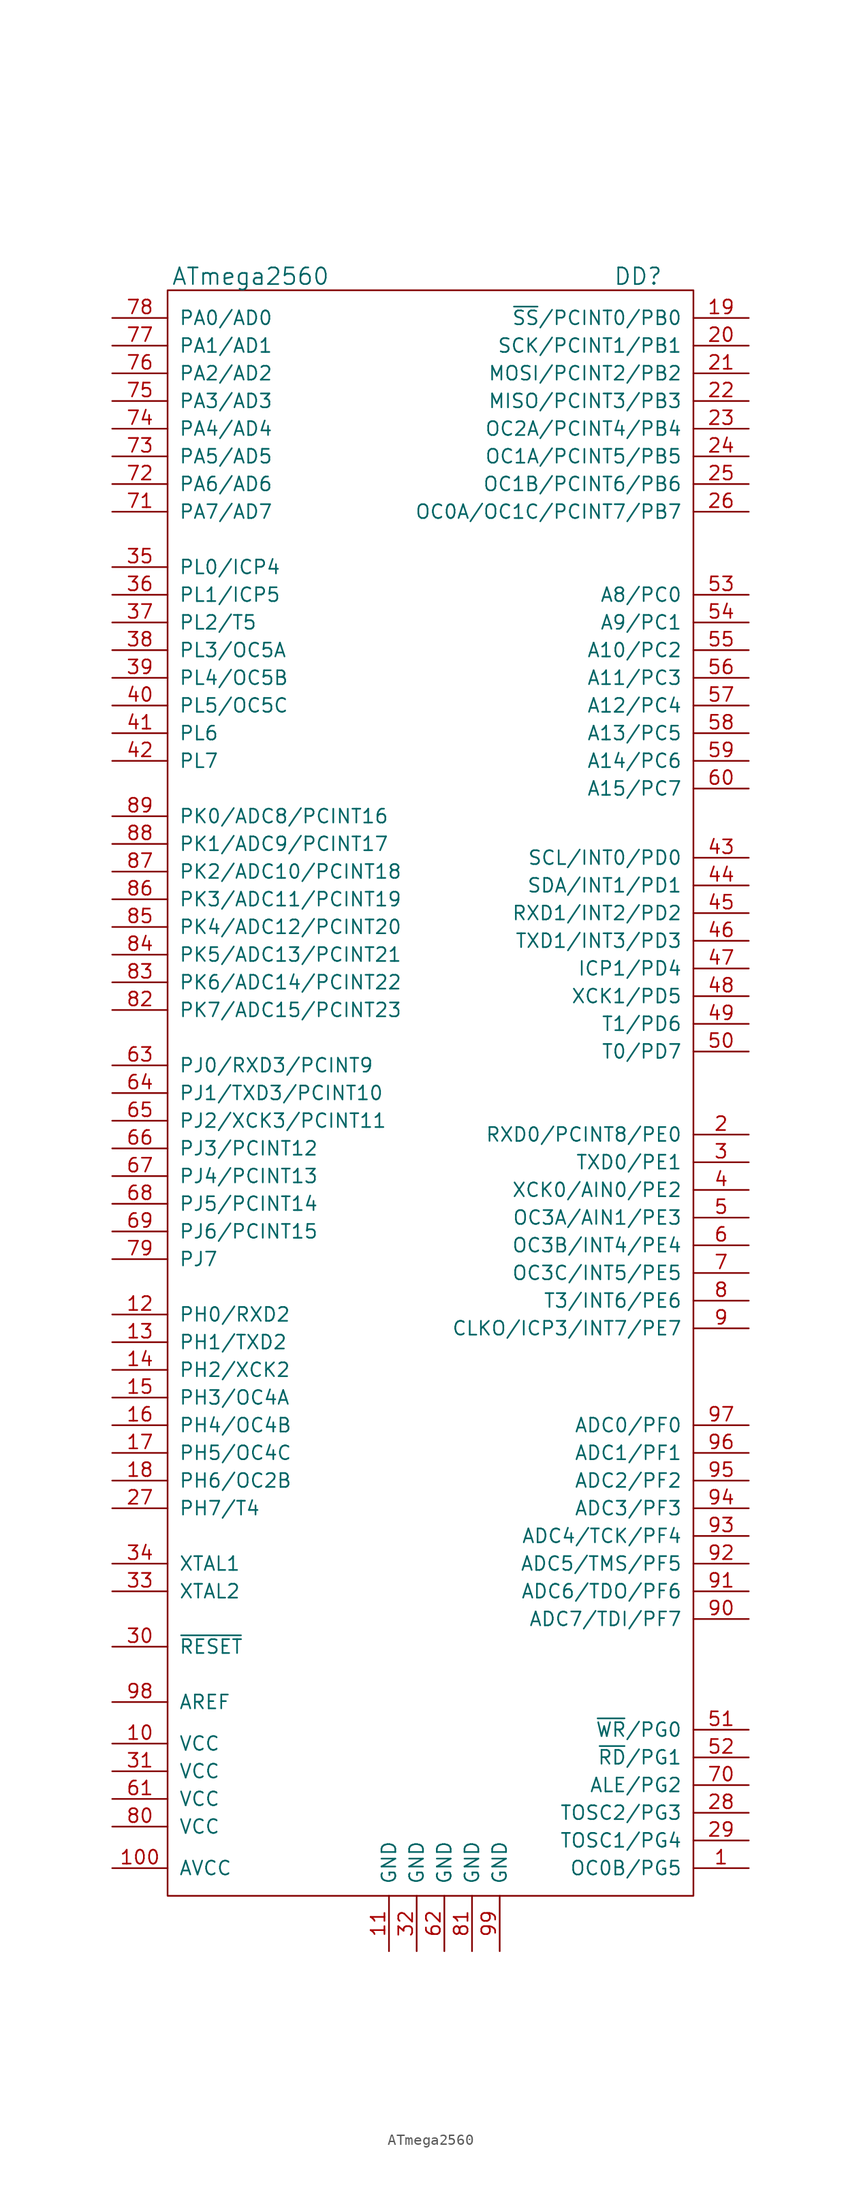
<source format=kicad_sym>
(kicad_symbol_lib
  (version 20200908)
  (generator kicad_symbol_editor)
  (symbol "Atmel_kl:ATmega2560"
    (pin_names
      (offset 1.016))
    (property "Reference" "DD"
      (at 17.78 72.39 0)
      (effects (font (size 1.524 1.524))))
    (property "Value" "ATmega2560"
      (at -17.78 72.39 0)
      (effects (font (size 1.524 1.524))))
    (property "Datasheet" ""
      (at -3.81 77.47 0)
      (effects (font (size 1.524 1.524))))
    (symbol "ATmega2560_0_1"
      (rectangle (start -25.4 71.12) (end 22.86 -76.2) (stroke (width 0)) (fill (type none))))
    (symbol "ATmega2560_1_1"
      (pin passive line (at 27.94 -73.66 180) (length 5.08) (name "OC0B/PG5" (effects (font (size 1.27 1.27)))) (number "1" (effects (font (size 1.27 1.27)))))
      (pin passive line (at 27.94 -6.35 180) (length 5.08) (name "RXD0/PCINT8/PE0" (effects (font (size 1.27 1.27)))) (number "2" (effects (font (size 1.27 1.27)))))
      (pin passive line (at 27.94 -8.89 180) (length 5.08) (name "TXD0/PE1" (effects (font (size 1.27 1.27)))) (number "3" (effects (font (size 1.27 1.27)))))
      (pin passive line (at 27.94 -11.43 180) (length 5.08) (name "XCK0/AIN0/PE2" (effects (font (size 1.27 1.27)))) (number "4" (effects (font (size 1.27 1.27)))))
      (pin passive line (at 27.94 -13.97 180) (length 5.08) (name "OC3A/AIN1/PE3" (effects (font (size 1.27 1.27)))) (number "5" (effects (font (size 1.27 1.27)))))
      (pin passive line (at 27.94 -16.51 180) (length 5.08) (name "OC3B/INT4/PE4" (effects (font (size 1.27 1.27)))) (number "6" (effects (font (size 1.27 1.27)))))
      (pin passive line (at 27.94 -19.05 180) (length 5.08) (name "OC3C/INT5/PE5" (effects (font (size 1.27 1.27)))) (number "7" (effects (font (size 1.27 1.27)))))
      (pin passive line (at 27.94 -21.59 180) (length 5.08) (name "T3/INT6/PE6" (effects (font (size 1.27 1.27)))) (number "8" (effects (font (size 1.27 1.27)))))
      (pin passive line (at 27.94 -24.13 180) (length 5.08) (name "CLKO/ICP3/INT7/PE7" (effects (font (size 1.27 1.27)))) (number "9" (effects (font (size 1.27 1.27)))))
      (pin power_in line (at -30.48 -62.23 0) (length 5.08) (name "VCC" (effects (font (size 1.27 1.27)))) (number "10" (effects (font (size 1.27 1.27)))))
      (pin passive line (at 27.94 66.04 180) (length 5.08) (name "SCK/PCINT1/PB1" (effects (font (size 1.27 1.27)))) (number "20" (effects (font (size 1.27 1.27)))))
      (pin passive line (at -30.48 -53.34 0) (length 5.08) (name "~RESET" (effects (font (size 1.27 1.27)))) (number "30" (effects (font (size 1.27 1.27)))))
      (pin passive line (at -30.48 33.02 0) (length 5.08) (name "PL5/OC5C" (effects (font (size 1.27 1.27)))) (number "40" (effects (font (size 1.27 1.27)))))
      (pin passive line (at 27.94 1.27 180) (length 5.08) (name "T0/PD7" (effects (font (size 1.27 1.27)))) (number "50" (effects (font (size 1.27 1.27)))))
      (pin passive line (at 27.94 25.4 180) (length 5.08) (name "A15/PC7" (effects (font (size 1.27 1.27)))) (number "60" (effects (font (size 1.27 1.27)))))
      (pin passive line (at 27.94 -66.04 180) (length 5.08) (name "ALE/PG2" (effects (font (size 1.27 1.27)))) (number "70" (effects (font (size 1.27 1.27)))))
      (pin power_in line (at -30.48 -69.85 0) (length 5.08) (name "VCC" (effects (font (size 1.27 1.27)))) (number "80" (effects (font (size 1.27 1.27)))))
      (pin passive line (at 27.94 -50.8 180) (length 5.08) (name "ADC7/TDI/PF7" (effects (font (size 1.27 1.27)))) (number "90" (effects (font (size 1.27 1.27)))))
      (pin power_in line (at -5.08 -81.28 90) (length 5.08) (name "GND" (effects (font (size 1.27 1.27)))) (number "11" (effects (font (size 1.27 1.27)))))
      (pin passive line (at 27.94 63.5 180) (length 5.08) (name "MOSI/PCINT2/PB2" (effects (font (size 1.27 1.27)))) (number "21" (effects (font (size 1.27 1.27)))))
      (pin power_in line (at -30.48 -64.77 0) (length 5.08) (name "VCC" (effects (font (size 1.27 1.27)))) (number "31" (effects (font (size 1.27 1.27)))))
      (pin passive line (at -30.48 30.48 0) (length 5.08) (name "PL6" (effects (font (size 1.27 1.27)))) (number "41" (effects (font (size 1.27 1.27)))))
      (pin passive line (at 27.94 -60.96 180) (length 5.08) (name "~WR~/PG0" (effects (font (size 1.27 1.27)))) (number "51" (effects (font (size 1.27 1.27)))))
      (pin power_in line (at -30.48 -67.31 0) (length 5.08) (name "VCC" (effects (font (size 1.27 1.27)))) (number "61" (effects (font (size 1.27 1.27)))))
      (pin passive line (at -30.48 50.8 0) (length 5.08) (name "PA7/AD7" (effects (font (size 1.27 1.27)))) (number "71" (effects (font (size 1.27 1.27)))))
      (pin power_in line (at 2.54 -81.28 90) (length 5.08) (name "GND" (effects (font (size 1.27 1.27)))) (number "81" (effects (font (size 1.27 1.27)))))
      (pin passive line (at 27.94 -48.26 180) (length 5.08) (name "ADC6/TDO/PF6" (effects (font (size 1.27 1.27)))) (number "91" (effects (font (size 1.27 1.27)))))
      (pin passive line (at -30.48 -22.86 0) (length 5.08) (name "PH0/RXD2" (effects (font (size 1.27 1.27)))) (number "12" (effects (font (size 1.27 1.27)))))
      (pin passive line (at 27.94 60.96 180) (length 5.08) (name "MISO/PCINT3/PB3" (effects (font (size 1.27 1.27)))) (number "22" (effects (font (size 1.27 1.27)))))
      (pin power_in line (at -2.54 -81.28 90) (length 5.08) (name "GND" (effects (font (size 1.27 1.27)))) (number "32" (effects (font (size 1.27 1.27)))))
      (pin passive line (at -30.48 27.94 0) (length 5.08) (name "PL7" (effects (font (size 1.27 1.27)))) (number "42" (effects (font (size 1.27 1.27)))))
      (pin passive line (at 27.94 -63.5 180) (length 5.08) (name "~RD~/PG1" (effects (font (size 1.27 1.27)))) (number "52" (effects (font (size 1.27 1.27)))))
      (pin power_in line (at 0 -81.28 90) (length 5.08) (name "GND" (effects (font (size 1.27 1.27)))) (number "62" (effects (font (size 1.27 1.27)))))
      (pin passive line (at -30.48 53.34 0) (length 5.08) (name "PA6/AD6" (effects (font (size 1.27 1.27)))) (number "72" (effects (font (size 1.27 1.27)))))
      (pin passive line (at -30.48 5.08 0) (length 5.08) (name "PK7/ADC15/PCINT23" (effects (font (size 1.27 1.27)))) (number "82" (effects (font (size 1.27 1.27)))))
      (pin passive line (at 27.94 -45.72 180) (length 5.08) (name "ADC5/TMS/PF5" (effects (font (size 1.27 1.27)))) (number "92" (effects (font (size 1.27 1.27)))))
      (pin passive line (at -30.48 -25.4 0) (length 5.08) (name "PH1/TXD2" (effects (font (size 1.27 1.27)))) (number "13" (effects (font (size 1.27 1.27)))))
      (pin passive line (at 27.94 58.42 180) (length 5.08) (name "OC2A/PCINT4/PB4" (effects (font (size 1.27 1.27)))) (number "23" (effects (font (size 1.27 1.27)))))
      (pin passive line (at -30.48 -48.26 0) (length 5.08) (name "XTAL2" (effects (font (size 1.27 1.27)))) (number "33" (effects (font (size 1.27 1.27)))))
      (pin passive line (at 27.94 19.05 180) (length 5.08) (name "SCL/INT0/PD0" (effects (font (size 1.27 1.27)))) (number "43" (effects (font (size 1.27 1.27)))))
      (pin passive line (at 27.94 43.18 180) (length 5.08) (name "A8/PC0" (effects (font (size 1.27 1.27)))) (number "53" (effects (font (size 1.27 1.27)))))
      (pin passive line (at -30.48 0 0) (length 5.08) (name "PJ0/RXD3/PCINT9" (effects (font (size 1.27 1.27)))) (number "63" (effects (font (size 1.27 1.27)))))
      (pin passive line (at -30.48 55.88 0) (length 5.08) (name "PA5/AD5" (effects (font (size 1.27 1.27)))) (number "73" (effects (font (size 1.27 1.27)))))
      (pin passive line (at -30.48 7.62 0) (length 5.08) (name "PK6/ADC14/PCINT22" (effects (font (size 1.27 1.27)))) (number "83" (effects (font (size 1.27 1.27)))))
      (pin passive line (at 27.94 -43.18 180) (length 5.08) (name "ADC4/TCK/PF4" (effects (font (size 1.27 1.27)))) (number "93" (effects (font (size 1.27 1.27)))))
      (pin passive line (at -30.48 -27.94 0) (length 5.08) (name "PH2/XCK2" (effects (font (size 1.27 1.27)))) (number "14" (effects (font (size 1.27 1.27)))))
      (pin passive line (at 27.94 55.88 180) (length 5.08) (name "OC1A/PCINT5/PB5" (effects (font (size 1.27 1.27)))) (number "24" (effects (font (size 1.27 1.27)))))
      (pin passive line (at -30.48 -45.72 0) (length 5.08) (name "XTAL1" (effects (font (size 1.27 1.27)))) (number "34" (effects (font (size 1.27 1.27)))))
      (pin passive line (at 27.94 16.51 180) (length 5.08) (name "SDA/INT1/PD1" (effects (font (size 1.27 1.27)))) (number "44" (effects (font (size 1.27 1.27)))))
      (pin passive line (at 27.94 40.64 180) (length 5.08) (name "A9/PC1" (effects (font (size 1.27 1.27)))) (number "54" (effects (font (size 1.27 1.27)))))
      (pin passive line (at -30.48 -2.54 0) (length 5.08) (name "PJ1/TXD3/PCINT10" (effects (font (size 1.27 1.27)))) (number "64" (effects (font (size 1.27 1.27)))))
      (pin passive line (at -30.48 58.42 0) (length 5.08) (name "PA4/AD4" (effects (font (size 1.27 1.27)))) (number "74" (effects (font (size 1.27 1.27)))))
      (pin passive line (at -30.48 10.16 0) (length 5.08) (name "PK5/ADC13/PCINT21" (effects (font (size 1.27 1.27)))) (number "84" (effects (font (size 1.27 1.27)))))
      (pin passive line (at 27.94 -40.64 180) (length 5.08) (name "ADC3/PF3" (effects (font (size 1.27 1.27)))) (number "94" (effects (font (size 1.27 1.27)))))
      (pin passive line (at -30.48 -30.48 0) (length 5.08) (name "PH3/OC4A" (effects (font (size 1.27 1.27)))) (number "15" (effects (font (size 1.27 1.27)))))
      (pin passive line (at 27.94 53.34 180) (length 5.08) (name "OC1B/PCINT6/PB6" (effects (font (size 1.27 1.27)))) (number "25" (effects (font (size 1.27 1.27)))))
      (pin passive line (at -30.48 45.72 0) (length 5.08) (name "PL0/ICP4" (effects (font (size 1.27 1.27)))) (number "35" (effects (font (size 1.27 1.27)))))
      (pin passive line (at 27.94 13.97 180) (length 5.08) (name "RXD1/INT2/PD2" (effects (font (size 1.27 1.27)))) (number "45" (effects (font (size 1.27 1.27)))))
      (pin passive line (at 27.94 38.1 180) (length 5.08) (name "A10/PC2" (effects (font (size 1.27 1.27)))) (number "55" (effects (font (size 1.27 1.27)))))
      (pin passive line (at -30.48 -5.08 0) (length 5.08) (name "PJ2/XCK3/PCINT11" (effects (font (size 1.27 1.27)))) (number "65" (effects (font (size 1.27 1.27)))))
      (pin passive line (at -30.48 60.96 0) (length 5.08) (name "PA3/AD3" (effects (font (size 1.27 1.27)))) (number "75" (effects (font (size 1.27 1.27)))))
      (pin passive line (at -30.48 12.7 0) (length 5.08) (name "PK4/ADC12/PCINT20" (effects (font (size 1.27 1.27)))) (number "85" (effects (font (size 1.27 1.27)))))
      (pin passive line (at 27.94 -38.1 180) (length 5.08) (name "ADC2/PF2" (effects (font (size 1.27 1.27)))) (number "95" (effects (font (size 1.27 1.27)))))
      (pin passive line (at -30.48 -33.02 0) (length 5.08) (name "PH4/OC4B" (effects (font (size 1.27 1.27)))) (number "16" (effects (font (size 1.27 1.27)))))
      (pin passive line (at 27.94 50.8 180) (length 5.08) (name "OC0A/OC1C/PCINT7/PB7" (effects (font (size 1.27 1.27)))) (number "26" (effects (font (size 1.27 1.27)))))
      (pin passive line (at -30.48 43.18 0) (length 5.08) (name "PL1/ICP5" (effects (font (size 1.27 1.27)))) (number "36" (effects (font (size 1.27 1.27)))))
      (pin passive line (at 27.94 11.43 180) (length 5.08) (name "TXD1/INT3/PD3" (effects (font (size 1.27 1.27)))) (number "46" (effects (font (size 1.27 1.27)))))
      (pin passive line (at 27.94 35.56 180) (length 5.08) (name "A11/PC3" (effects (font (size 1.27 1.27)))) (number "56" (effects (font (size 1.27 1.27)))))
      (pin passive line (at -30.48 -7.62 0) (length 5.08) (name "PJ3/PCINT12" (effects (font (size 1.27 1.27)))) (number "66" (effects (font (size 1.27 1.27)))))
      (pin passive line (at -30.48 63.5 0) (length 5.08) (name "PA2/AD2" (effects (font (size 1.27 1.27)))) (number "76" (effects (font (size 1.27 1.27)))))
      (pin passive line (at -30.48 15.24 0) (length 5.08) (name "PK3/ADC11/PCINT19" (effects (font (size 1.27 1.27)))) (number "86" (effects (font (size 1.27 1.27)))))
      (pin passive line (at 27.94 -35.56 180) (length 5.08) (name "ADC1/PF1" (effects (font (size 1.27 1.27)))) (number "96" (effects (font (size 1.27 1.27)))))
      (pin passive line (at -30.48 -35.56 0) (length 5.08) (name "PH5/OC4C" (effects (font (size 1.27 1.27)))) (number "17" (effects (font (size 1.27 1.27)))))
      (pin passive line (at -30.48 -40.64 0) (length 5.08) (name "PH7/T4" (effects (font (size 1.27 1.27)))) (number "27" (effects (font (size 1.27 1.27)))))
      (pin passive line (at -30.48 40.64 0) (length 5.08) (name "PL2/T5" (effects (font (size 1.27 1.27)))) (number "37" (effects (font (size 1.27 1.27)))))
      (pin passive line (at 27.94 8.89 180) (length 5.08) (name "ICP1/PD4" (effects (font (size 1.27 1.27)))) (number "47" (effects (font (size 1.27 1.27)))))
      (pin passive line (at 27.94 33.02 180) (length 5.08) (name "A12/PC4" (effects (font (size 1.27 1.27)))) (number "57" (effects (font (size 1.27 1.27)))))
      (pin passive line (at -30.48 -10.16 0) (length 5.08) (name "PJ4/PCINT13" (effects (font (size 1.27 1.27)))) (number "67" (effects (font (size 1.27 1.27)))))
      (pin passive line (at -30.48 66.04 0) (length 5.08) (name "PA1/AD1" (effects (font (size 1.27 1.27)))) (number "77" (effects (font (size 1.27 1.27)))))
      (pin passive line (at -30.48 17.78 0) (length 5.08) (name "PK2/ADC10/PCINT18" (effects (font (size 1.27 1.27)))) (number "87" (effects (font (size 1.27 1.27)))))
      (pin passive line (at 27.94 -33.02 180) (length 5.08) (name "ADC0/PF0" (effects (font (size 1.27 1.27)))) (number "97" (effects (font (size 1.27 1.27)))))
      (pin passive line (at -30.48 -38.1 0) (length 5.08) (name "PH6/OC2B" (effects (font (size 1.27 1.27)))) (number "18" (effects (font (size 1.27 1.27)))))
      (pin passive line (at 27.94 -68.58 180) (length 5.08) (name "TOSC2/PG3" (effects (font (size 1.27 1.27)))) (number "28" (effects (font (size 1.27 1.27)))))
      (pin passive line (at -30.48 38.1 0) (length 5.08) (name "PL3/OC5A" (effects (font (size 1.27 1.27)))) (number "38" (effects (font (size 1.27 1.27)))))
      (pin passive line (at 27.94 6.35 180) (length 5.08) (name "XCK1/PD5" (effects (font (size 1.27 1.27)))) (number "48" (effects (font (size 1.27 1.27)))))
      (pin passive line (at 27.94 30.48 180) (length 5.08) (name "A13/PC5" (effects (font (size 1.27 1.27)))) (number "58" (effects (font (size 1.27 1.27)))))
      (pin passive line (at -30.48 -12.7 0) (length 5.08) (name "PJ5/PCINT14" (effects (font (size 1.27 1.27)))) (number "68" (effects (font (size 1.27 1.27)))))
      (pin passive line (at -30.48 68.58 0) (length 5.08) (name "PA0/AD0" (effects (font (size 1.27 1.27)))) (number "78" (effects (font (size 1.27 1.27)))))
      (pin passive line (at -30.48 20.32 0) (length 5.08) (name "PK1/ADC9/PCINT17" (effects (font (size 1.27 1.27)))) (number "88" (effects (font (size 1.27 1.27)))))
      (pin passive line (at -30.48 -58.42 0) (length 5.08) (name "AREF" (effects (font (size 1.27 1.27)))) (number "98" (effects (font (size 1.27 1.27)))))
      (pin passive line (at 27.94 68.58 180) (length 5.08) (name "~SS~/PCINT0/PB0" (effects (font (size 1.27 1.27)))) (number "19" (effects (font (size 1.27 1.27)))))
      (pin passive line (at 27.94 -71.12 180) (length 5.08) (name "TOSC1/PG4" (effects (font (size 1.27 1.27)))) (number "29" (effects (font (size 1.27 1.27)))))
      (pin passive line (at -30.48 35.56 0) (length 5.08) (name "PL4/OC5B" (effects (font (size 1.27 1.27)))) (number "39" (effects (font (size 1.27 1.27)))))
      (pin passive line (at 27.94 3.81 180) (length 5.08) (name "T1/PD6" (effects (font (size 1.27 1.27)))) (number "49" (effects (font (size 1.27 1.27)))))
      (pin passive line (at 27.94 27.94 180) (length 5.08) (name "A14/PC6" (effects (font (size 1.27 1.27)))) (number "59" (effects (font (size 1.27 1.27)))))
      (pin passive line (at -30.48 -15.24 0) (length 5.08) (name "PJ6/PCINT15" (effects (font (size 1.27 1.27)))) (number "69" (effects (font (size 1.27 1.27)))))
      (pin passive line (at -30.48 -17.78 0) (length 5.08) (name "PJ7" (effects (font (size 1.27 1.27)))) (number "79" (effects (font (size 1.27 1.27)))))
      (pin passive line (at -30.48 22.86 0) (length 5.08) (name "PK0/ADC8/PCINT16" (effects (font (size 1.27 1.27)))) (number "89" (effects (font (size 1.27 1.27)))))
      (pin power_in line (at 5.08 -81.28 90) (length 5.08) (name "GND" (effects (font (size 1.27 1.27)))) (number "99" (effects (font (size 1.27 1.27)))))
      (pin power_in line (at -30.48 -73.66 0) (length 5.08) (name "AVCC" (effects (font (size 1.27 1.27)))) (number "100" (effects (font (size 1.27 1.27))))))))
</source>
